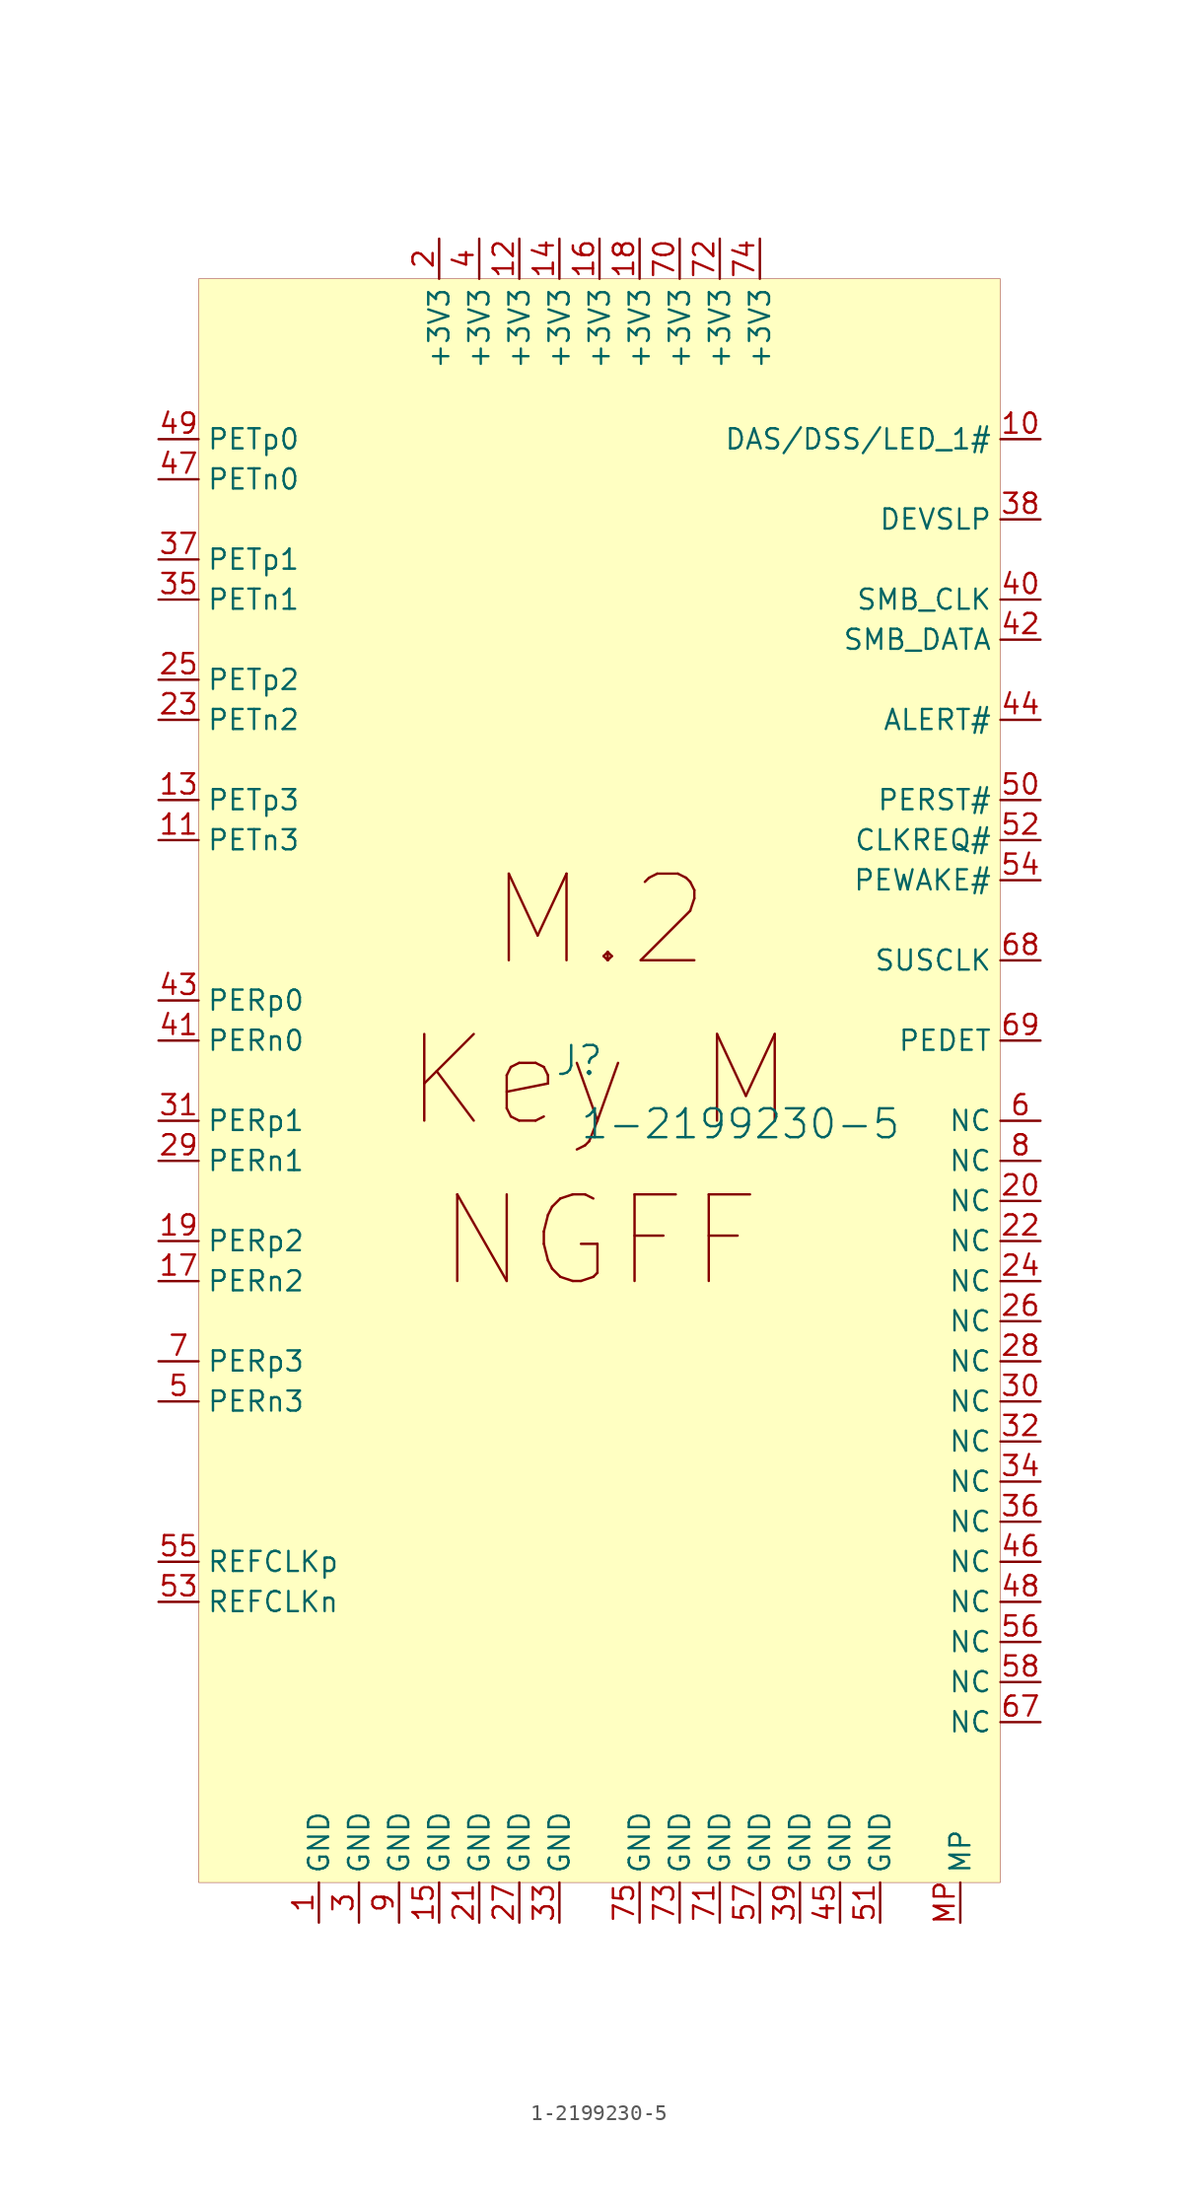
<source format=kicad_sym>
(kicad_symbol_lib
  (version 20231120)
  (generator "kicad_symbol_editor")
  (generator_version "8.0")
  (symbol "1-2199230-5"
    (property "Reference" "J"
      (at -1.27 1.27 0)
      (effects (font (size 1.829 1.829))))
    (property "Value" "1-2199230-5"
      (at -1.27 -3.81 0)
      (effects (font (size 1.829 1.829)) (justify left bottom)))
    (symbol "1-2199230-5_1_0"
      (rectangle (start 25.4 50.8) (end -25.4 -50.8) (stroke (width 0.025) (type solid) (color 128 0 0 1)) (fill (type background)))
      (text "Key M" (at 0 0 0) (effects (font (size 5.486 5.486))))
      (text "M.2" (at 0 10.16 0) (effects (font (size 5.486 5.486))))
      (text "NGFF" (at 0 -10.16 0) (effects (font (size 5.486 5.486))))
      (pin power_in line (at -17.78 -53.34 90) (length 2.54) (name "GND" (effects (font (size 1.27 1.27)))) (number "1" (effects (font (size 1.27 1.27)))))
      (pin passive line (at 27.94 40.64 180) (length 2.54) (name "DAS/DSS/LED_1#" (effects (font (size 1.27 1.27)))) (number "10" (effects (font (size 1.27 1.27)))))
      (pin input line (at -27.94 15.24 0) (length 2.54) (name "PETn3" (effects (font (size 1.27 1.27)))) (number "11" (effects (font (size 1.27 1.27)))))
      (pin power_in line (at -5.08 53.34 270) (length 2.54) (name "+3V3" (effects (font (size 1.27 1.27)))) (number "12" (effects (font (size 1.27 1.27)))))
      (pin input line (at -27.94 17.78 0) (length 2.54) (name "PETp3" (effects (font (size 1.27 1.27)))) (number "13" (effects (font (size 1.27 1.27)))))
      (pin power_in line (at -2.54 53.34 270) (length 2.54) (name "+3V3" (effects (font (size 1.27 1.27)))) (number "14" (effects (font (size 1.27 1.27)))))
      (pin power_in line (at -10.16 -53.34 90) (length 2.54) (name "GND" (effects (font (size 1.27 1.27)))) (number "15" (effects (font (size 1.27 1.27)))))
      (pin power_in line (at 0 53.34 270) (length 2.54) (name "+3V3" (effects (font (size 1.27 1.27)))) (number "16" (effects (font (size 1.27 1.27)))))
      (pin output line (at -27.94 -12.7 0) (length 2.54) (name "PERn2" (effects (font (size 1.27 1.27)))) (number "17" (effects (font (size 1.27 1.27)))))
      (pin power_in line (at 2.54 53.34 270) (length 2.54) (name "+3V3" (effects (font (size 1.27 1.27)))) (number "18" (effects (font (size 1.27 1.27)))))
      (pin output line (at -27.94 -10.16 0) (length 2.54) (name "PERp2" (effects (font (size 1.27 1.27)))) (number "19" (effects (font (size 1.27 1.27)))))
      (pin power_in line (at -10.16 53.34 270) (length 2.54) (name "+3V3" (effects (font (size 1.27 1.27)))) (number "2" (effects (font (size 1.27 1.27)))))
      (pin passive line (at 27.94 -7.62 180) (length 2.54) (name "NC" (effects (font (size 1.27 1.27)))) (number "20" (effects (font (size 1.27 1.27)))))
      (pin power_in line (at -7.62 -53.34 90) (length 2.54) (name "GND" (effects (font (size 1.27 1.27)))) (number "21" (effects (font (size 1.27 1.27)))))
      (pin passive line (at 27.94 -10.16 180) (length 2.54) (name "NC" (effects (font (size 1.27 1.27)))) (number "22" (effects (font (size 1.27 1.27)))))
      (pin input line (at -27.94 22.86 0) (length 2.54) (name "PETn2" (effects (font (size 1.27 1.27)))) (number "23" (effects (font (size 1.27 1.27)))))
      (pin passive line (at 27.94 -12.7 180) (length 2.54) (name "NC" (effects (font (size 1.27 1.27)))) (number "24" (effects (font (size 1.27 1.27)))))
      (pin input line (at -27.94 25.4 0) (length 2.54) (name "PETp2" (effects (font (size 1.27 1.27)))) (number "25" (effects (font (size 1.27 1.27)))))
      (pin passive line (at 27.94 -15.24 180) (length 2.54) (name "NC" (effects (font (size 1.27 1.27)))) (number "26" (effects (font (size 1.27 1.27)))))
      (pin power_in line (at -5.08 -53.34 90) (length 2.54) (name "GND" (effects (font (size 1.27 1.27)))) (number "27" (effects (font (size 1.27 1.27)))))
      (pin passive line (at 27.94 -17.78 180) (length 2.54) (name "NC" (effects (font (size 1.27 1.27)))) (number "28" (effects (font (size 1.27 1.27)))))
      (pin output line (at -27.94 -5.08 0) (length 2.54) (name "PERn1" (effects (font (size 1.27 1.27)))) (number "29" (effects (font (size 1.27 1.27)))))
      (pin power_in line (at -15.24 -53.34 90) (length 2.54) (name "GND" (effects (font (size 1.27 1.27)))) (number "3" (effects (font (size 1.27 1.27)))))
      (pin passive line (at 27.94 -20.32 180) (length 2.54) (name "NC" (effects (font (size 1.27 1.27)))) (number "30" (effects (font (size 1.27 1.27)))))
      (pin output line (at -27.94 -2.54 0) (length 2.54) (name "PERp1" (effects (font (size 1.27 1.27)))) (number "31" (effects (font (size 1.27 1.27)))))
      (pin passive line (at 27.94 -22.86 180) (length 2.54) (name "NC" (effects (font (size 1.27 1.27)))) (number "32" (effects (font (size 1.27 1.27)))))
      (pin power_in line (at -2.54 -53.34 90) (length 2.54) (name "GND" (effects (font (size 1.27 1.27)))) (number "33" (effects (font (size 1.27 1.27)))))
      (pin passive line (at 27.94 -25.4 180) (length 2.54) (name "NC" (effects (font (size 1.27 1.27)))) (number "34" (effects (font (size 1.27 1.27)))))
      (pin input line (at -27.94 30.48 0) (length 2.54) (name "PETn1" (effects (font (size 1.27 1.27)))) (number "35" (effects (font (size 1.27 1.27)))))
      (pin passive line (at 27.94 -27.94 180) (length 2.54) (name "NC" (effects (font (size 1.27 1.27)))) (number "36" (effects (font (size 1.27 1.27)))))
      (pin input line (at -27.94 33.02 0) (length 2.54) (name "PETp1" (effects (font (size 1.27 1.27)))) (number "37" (effects (font (size 1.27 1.27)))))
      (pin passive line (at 27.94 35.56 180) (length 2.54) (name "DEVSLP" (effects (font (size 1.27 1.27)))) (number "38" (effects (font (size 1.27 1.27)))))
      (pin power_in line (at 12.7 -53.34 90) (length 2.54) (name "GND" (effects (font (size 1.27 1.27)))) (number "39" (effects (font (size 1.27 1.27)))))
      (pin power_in line (at -7.62 53.34 270) (length 2.54) (name "+3V3" (effects (font (size 1.27 1.27)))) (number "4" (effects (font (size 1.27 1.27)))))
      (pin output line (at 27.94 30.48 180) (length 2.54) (name "SMB_CLK" (effects (font (size 1.27 1.27)))) (number "40" (effects (font (size 1.27 1.27)))))
      (pin output line (at -27.94 2.54 0) (length 2.54) (name "PERn0" (effects (font (size 1.27 1.27)))) (number "41" (effects (font (size 1.27 1.27)))))
      (pin bidirectional line (at 27.94 27.94 180) (length 2.54) (name "SMB_DATA" (effects (font (size 1.27 1.27)))) (number "42" (effects (font (size 1.27 1.27)))))
      (pin output line (at -27.94 5.08 0) (length 2.54) (name "PERp0" (effects (font (size 1.27 1.27)))) (number "43" (effects (font (size 1.27 1.27)))))
      (pin passive line (at 27.94 22.86 180) (length 2.54) (name "ALERT#" (effects (font (size 1.27 1.27)))) (number "44" (effects (font (size 1.27 1.27)))))
      (pin power_in line (at 15.24 -53.34 90) (length 2.54) (name "GND" (effects (font (size 1.27 1.27)))) (number "45" (effects (font (size 1.27 1.27)))))
      (pin passive line (at 27.94 -30.48 180) (length 2.54) (name "NC" (effects (font (size 1.27 1.27)))) (number "46" (effects (font (size 1.27 1.27)))))
      (pin input line (at -27.94 38.1 0) (length 2.54) (name "PETn0" (effects (font (size 1.27 1.27)))) (number "47" (effects (font (size 1.27 1.27)))))
      (pin passive line (at 27.94 -33.02 180) (length 2.54) (name "NC" (effects (font (size 1.27 1.27)))) (number "48" (effects (font (size 1.27 1.27)))))
      (pin input line (at -27.94 40.64 0) (length 2.54) (name "PETp0" (effects (font (size 1.27 1.27)))) (number "49" (effects (font (size 1.27 1.27)))))
      (pin output line (at -27.94 -20.32 0) (length 2.54) (name "PERn3" (effects (font (size 1.27 1.27)))) (number "5" (effects (font (size 1.27 1.27)))))
      (pin passive line (at 27.94 17.78 180) (length 2.54) (name "PERST#" (effects (font (size 1.27 1.27)))) (number "50" (effects (font (size 1.27 1.27)))))
      (pin power_in line (at 17.78 -53.34 90) (length 2.54) (name "GND" (effects (font (size 1.27 1.27)))) (number "51" (effects (font (size 1.27 1.27)))))
      (pin passive line (at 27.94 15.24 180) (length 2.54) (name "CLKREQ#" (effects (font (size 1.27 1.27)))) (number "52" (effects (font (size 1.27 1.27)))))
      (pin output line (at -27.94 -33.02 0) (length 2.54) (name "REFCLKn" (effects (font (size 1.27 1.27)))) (number "53" (effects (font (size 1.27 1.27)))))
      (pin passive line (at 27.94 12.7 180) (length 2.54) (name "PEWAKE#" (effects (font (size 1.27 1.27)))) (number "54" (effects (font (size 1.27 1.27)))))
      (pin output line (at -27.94 -30.48 0) (length 2.54) (name "REFCLKp" (effects (font (size 1.27 1.27)))) (number "55" (effects (font (size 1.27 1.27)))))
      (pin passive line (at 27.94 -35.56 180) (length 2.54) (name "NC" (effects (font (size 1.27 1.27)))) (number "56" (effects (font (size 1.27 1.27)))))
      (pin power_in line (at 10.16 -53.34 90) (length 2.54) (name "GND" (effects (font (size 1.27 1.27)))) (number "57" (effects (font (size 1.27 1.27)))))
      (pin passive line (at 27.94 -38.1 180) (length 2.54) (name "NC" (effects (font (size 1.27 1.27)))) (number "58" (effects (font (size 1.27 1.27)))))
      (pin passive line (at 27.94 -2.54 180) (length 2.54) (name "NC" (effects (font (size 1.27 1.27)))) (number "6" (effects (font (size 1.27 1.27)))))
      (pin passive line (at 27.94 -40.64 180) (length 2.54) (name "NC" (effects (font (size 1.27 1.27)))) (number "67" (effects (font (size 1.27 1.27)))))
      (pin output line (at 27.94 7.62 180) (length 2.54) (name "SUSCLK" (effects (font (size 1.27 1.27)))) (number "68" (effects (font (size 1.27 1.27)))))
      (pin passive line (at 27.94 2.54 180) (length 2.54) (name "PEDET" (effects (font (size 1.27 1.27)))) (number "69" (effects (font (size 1.27 1.27)))))
      (pin output line (at -27.94 -17.78 0) (length 2.54) (name "PERp3" (effects (font (size 1.27 1.27)))) (number "7" (effects (font (size 1.27 1.27)))))
      (pin power_in line (at 5.08 53.34 270) (length 2.54) (name "+3V3" (effects (font (size 1.27 1.27)))) (number "70" (effects (font (size 1.27 1.27)))))
      (pin power_in line (at 7.62 -53.34 90) (length 2.54) (name "GND" (effects (font (size 1.27 1.27)))) (number "71" (effects (font (size 1.27 1.27)))))
      (pin power_in line (at 7.62 53.34 270) (length 2.54) (name "+3V3" (effects (font (size 1.27 1.27)))) (number "72" (effects (font (size 1.27 1.27)))))
      (pin power_in line (at 5.08 -53.34 90) (length 2.54) (name "GND" (effects (font (size 1.27 1.27)))) (number "73" (effects (font (size 1.27 1.27)))))
      (pin power_in line (at 10.16 53.34 270) (length 2.54) (name "+3V3" (effects (font (size 1.27 1.27)))) (number "74" (effects (font (size 1.27 1.27)))))
      (pin power_in line (at 2.54 -53.34 90) (length 2.54) (name "GND" (effects (font (size 1.27 1.27)))) (number "75" (effects (font (size 1.27 1.27)))))
      (pin passive line (at 27.94 -5.08 180) (length 2.54) (name "NC" (effects (font (size 1.27 1.27)))) (number "8" (effects (font (size 1.27 1.27)))))
      (pin power_in line (at -12.7 -53.34 90) (length 2.54) (name "GND" (effects (font (size 1.27 1.27)))) (number "9" (effects (font (size 1.27 1.27)))))
      (pin power_in line (at 22.86 -53.34 90) (length 2.54) (name "MP" (effects (font (size 1.27 1.27)))) (number "MP" (effects (font (size 1.27 1.27))))))))
</source>
